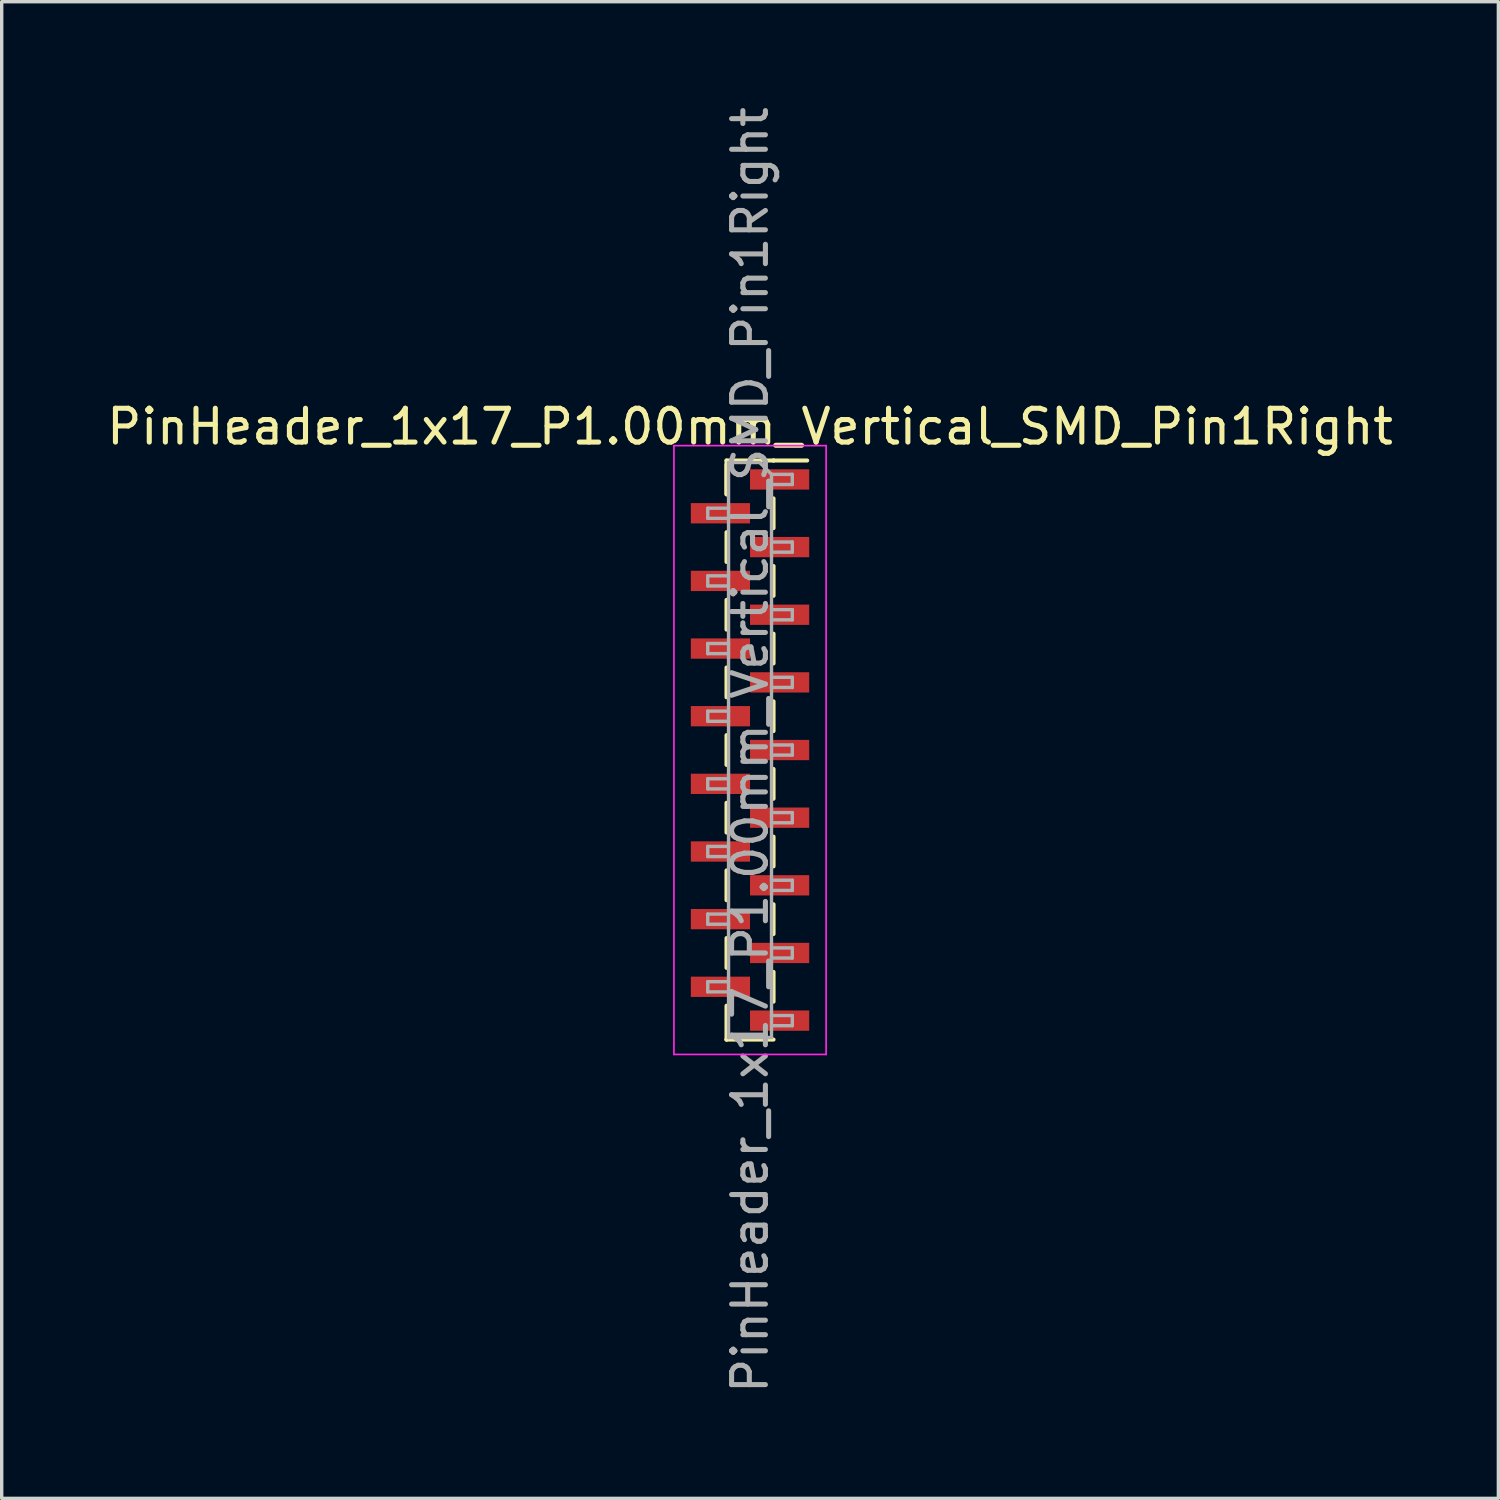
<source format=kicad_pcb>
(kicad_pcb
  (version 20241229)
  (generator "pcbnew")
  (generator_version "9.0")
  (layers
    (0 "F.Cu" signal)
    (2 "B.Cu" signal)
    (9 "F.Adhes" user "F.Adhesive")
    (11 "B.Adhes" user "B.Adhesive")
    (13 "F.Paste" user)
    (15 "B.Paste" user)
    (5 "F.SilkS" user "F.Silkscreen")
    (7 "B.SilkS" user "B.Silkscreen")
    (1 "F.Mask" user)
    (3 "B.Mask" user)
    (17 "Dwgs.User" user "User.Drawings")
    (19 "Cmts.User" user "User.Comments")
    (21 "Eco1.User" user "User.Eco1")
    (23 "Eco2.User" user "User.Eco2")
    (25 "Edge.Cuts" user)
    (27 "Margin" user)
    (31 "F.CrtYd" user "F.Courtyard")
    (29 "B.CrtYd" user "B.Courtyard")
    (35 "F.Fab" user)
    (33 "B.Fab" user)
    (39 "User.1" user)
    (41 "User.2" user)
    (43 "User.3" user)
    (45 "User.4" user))
  (footprint "PinHeader_1x17_P1.00mm_Vertical_SMD_Pin1Right"
    (layer "F.Cu")
    (at 19.125 19.125)
    (property "Reference" "PinHeader_1x17_P1.00mm_Vertical_SMD_Pin1Right" (at 0 -9.56 0) (layer "F.SilkS") (effects (font (size 1 1) (thickness 0.15))))
    (attr smd)
    (fp_line (start -0.695 -8.56) (end -0.695 -7.56) (stroke (width 0.12) (type solid)) (layer "F.SilkS"))
    (fp_line (start -0.695 -8.56) (end 0.695 -8.56) (stroke (width 0.12) (type solid)) (layer "F.SilkS"))
    (fp_line (start -0.695 -8.44) (end -0.695 -7.56) (stroke (width 0.12) (type solid)) (layer "F.SilkS"))
    (fp_line (start -0.695 -6.44) (end -0.695 -5.56) (stroke (width 0.12) (type solid)) (layer "F.SilkS"))
    (fp_line (start -0.695 -4.44) (end -0.695 -3.56) (stroke (width 0.12) (type solid)) (layer "F.SilkS"))
    (fp_line (start -0.695 -2.44) (end -0.695 -1.56) (stroke (width 0.12) (type solid)) (layer "F.SilkS"))
    (fp_line (start -0.695 -0.44) (end -0.695 0.44) (stroke (width 0.12) (type solid)) (layer "F.SilkS"))
    (fp_line (start -0.695 1.56) (end -0.695 2.44) (stroke (width 0.12) (type solid)) (layer "F.SilkS"))
    (fp_line (start -0.695 3.56) (end -0.695 4.44) (stroke (width 0.12) (type solid)) (layer "F.SilkS"))
    (fp_line (start -0.695 5.56) (end -0.695 6.44) (stroke (width 0.12) (type solid)) (layer "F.SilkS"))
    (fp_line (start -0.695 7.56) (end -0.695 8.56) (stroke (width 0.12) (type solid)) (layer "F.SilkS"))
    (fp_line (start -0.695 8.56) (end -0.695 8.56) (stroke (width 0.12) (type solid)) (layer "F.SilkS"))
    (fp_line (start -0.695 8.56) (end 0.695 8.56) (stroke (width 0.12) (type solid)) (layer "F.SilkS"))
    (fp_line (start 0.695 -8.56) (end 0.695 -8.56) (stroke (width 0.12) (type solid)) (layer "F.SilkS"))
    (fp_line (start 0.695 -8.56) (end 1.69 -8.56) (stroke (width 0.12) (type solid)) (layer "F.SilkS"))
    (fp_line (start 0.695 -7.44) (end 0.695 -6.56) (stroke (width 0.12) (type solid)) (layer "F.SilkS"))
    (fp_line (start 0.695 -5.44) (end 0.695 -4.56) (stroke (width 0.12) (type solid)) (layer "F.SilkS"))
    (fp_line (start 0.695 -3.44) (end 0.695 -2.56) (stroke (width 0.12) (type solid)) (layer "F.SilkS"))
    (fp_line (start 0.695 -1.44) (end 0.695 -0.56) (stroke (width 0.12) (type solid)) (layer "F.SilkS"))
    (fp_line (start 0.695 0.56) (end 0.695 1.44) (stroke (width 0.12) (type solid)) (layer "F.SilkS"))
    (fp_line (start 0.695 2.56) (end 0.695 3.44) (stroke (width 0.12) (type solid)) (layer "F.SilkS"))
    (fp_line (start 0.695 4.56) (end 0.695 5.44) (stroke (width 0.12) (type solid)) (layer "F.SilkS"))
    (fp_line (start 0.695 6.56) (end 0.695 7.44) (stroke (width 0.12) (type solid)) (layer "F.SilkS"))
    (fp_line (start -2.25 -9) (end -2.25 9) (stroke (width 0.05) (type solid)) (layer "F.CrtYd"))
    (fp_line (start -2.25 9) (end 2.25 9) (stroke (width 0.05) (type solid)) (layer "F.CrtYd"))
    (fp_line (start 2.25 -9) (end -2.25 -9) (stroke (width 0.05) (type solid)) (layer "F.CrtYd"))
    (fp_line (start 2.25 9) (end 2.25 -9) (stroke (width 0.05) (type solid)) (layer "F.CrtYd"))
    (fp_line (start -1.25 -7.15) (end -1.25 -6.85) (stroke (width 0.1) (type solid)) (layer "F.Fab"))
    (fp_line (start -1.25 -6.85) (end -0.635 -6.85) (stroke (width 0.1) (type solid)) (layer "F.Fab"))
    (fp_line (start -1.25 -5.15) (end -1.25 -4.85) (stroke (width 0.1) (type solid)) (layer "F.Fab"))
    (fp_line (start -1.25 -4.85) (end -0.635 -4.85) (stroke (width 0.1) (type solid)) (layer "F.Fab"))
    (fp_line (start -1.25 -3.15) (end -1.25 -2.85) (stroke (width 0.1) (type solid)) (layer "F.Fab"))
    (fp_line (start -1.25 -2.85) (end -0.635 -2.85) (stroke (width 0.1) (type solid)) (layer "F.Fab"))
    (fp_line (start -1.25 -1.15) (end -1.25 -0.85) (stroke (width 0.1) (type solid)) (layer "F.Fab"))
    (fp_line (start -1.25 -0.85) (end -0.635 -0.85) (stroke (width 0.1) (type solid)) (layer "F.Fab"))
    (fp_line (start -1.25 0.85) (end -1.25 1.15) (stroke (width 0.1) (type solid)) (layer "F.Fab"))
    (fp_line (start -1.25 1.15) (end -0.635 1.15) (stroke (width 0.1) (type solid)) (layer "F.Fab"))
    (fp_line (start -1.25 2.85) (end -1.25 3.15) (stroke (width 0.1) (type solid)) (layer "F.Fab"))
    (fp_line (start -1.25 3.15) (end -0.635 3.15) (stroke (width 0.1) (type solid)) (layer "F.Fab"))
    (fp_line (start -1.25 4.85) (end -1.25 5.15) (stroke (width 0.1) (type solid)) (layer "F.Fab"))
    (fp_line (start -1.25 5.15) (end -0.635 5.15) (stroke (width 0.1) (type solid)) (layer "F.Fab"))
    (fp_line (start -1.25 6.85) (end -1.25 7.15) (stroke (width 0.1) (type solid)) (layer "F.Fab"))
    (fp_line (start -1.25 7.15) (end -0.635 7.15) (stroke (width 0.1) (type solid)) (layer "F.Fab"))
    (fp_line (start -0.635 -8.5) (end -0.635 8.5) (stroke (width 0.1) (type solid)) (layer "F.Fab"))
    (fp_line (start -0.635 -8.5) (end 0.285 -8.5) (stroke (width 0.1) (type solid)) (layer "F.Fab"))
    (fp_line (start -0.635 -7.15) (end -1.25 -7.15) (stroke (width 0.1) (type solid)) (layer "F.Fab"))
    (fp_line (start -0.635 -5.15) (end -1.25 -5.15) (stroke (width 0.1) (type solid)) (layer "F.Fab"))
    (fp_line (start -0.635 -3.15) (end -1.25 -3.15) (stroke (width 0.1) (type solid)) (layer "F.Fab"))
    (fp_line (start -0.635 -1.15) (end -1.25 -1.15) (stroke (width 0.1) (type solid)) (layer "F.Fab"))
    (fp_line (start -0.635 0.85) (end -1.25 0.85) (stroke (width 0.1) (type solid)) (layer "F.Fab"))
    (fp_line (start -0.635 2.85) (end -1.25 2.85) (stroke (width 0.1) (type solid)) (layer "F.Fab"))
    (fp_line (start -0.635 4.85) (end -1.25 4.85) (stroke (width 0.1) (type solid)) (layer "F.Fab"))
    (fp_line (start -0.635 6.85) (end -1.25 6.85) (stroke (width 0.1) (type solid)) (layer "F.Fab"))
    (fp_line (start 0.635 -8.15) (end 0.285 -8.5) (stroke (width 0.1) (type solid)) (layer "F.Fab"))
    (fp_line (start 0.635 -8.15) (end 1.25 -8.15) (stroke (width 0.1) (type solid)) (layer "F.Fab"))
    (fp_line (start 0.635 -6.15) (end 1.25 -6.15) (stroke (width 0.1) (type solid)) (layer "F.Fab"))
    (fp_line (start 0.635 -4.15) (end 1.25 -4.15) (stroke (width 0.1) (type solid)) (layer "F.Fab"))
    (fp_line (start 0.635 -2.15) (end 1.25 -2.15) (stroke (width 0.1) (type solid)) (layer "F.Fab"))
    (fp_line (start 0.635 -0.15) (end 1.25 -0.15) (stroke (width 0.1) (type solid)) (layer "F.Fab"))
    (fp_line (start 0.635 1.85) (end 1.25 1.85) (stroke (width 0.1) (type solid)) (layer "F.Fab"))
    (fp_line (start 0.635 3.85) (end 1.25 3.85) (stroke (width 0.1) (type solid)) (layer "F.Fab"))
    (fp_line (start 0.635 5.85) (end 1.25 5.85) (stroke (width 0.1) (type solid)) (layer "F.Fab"))
    (fp_line (start 0.635 7.85) (end 1.25 7.85) (stroke (width 0.1) (type solid)) (layer "F.Fab"))
    (fp_line (start 0.635 8.5) (end -0.635 8.5) (stroke (width 0.1) (type solid)) (layer "F.Fab"))
    (fp_line (start 0.635 8.5) (end 0.635 -8.15) (stroke (width 0.1) (type solid)) (layer "F.Fab"))
    (fp_line (start 1.25 -8.15) (end 1.25 -7.85) (stroke (width 0.1) (type solid)) (layer "F.Fab"))
    (fp_line (start 1.25 -7.85) (end 0.635 -7.85) (stroke (width 0.1) (type solid)) (layer "F.Fab"))
    (fp_line (start 1.25 -6.15) (end 1.25 -5.85) (stroke (width 0.1) (type solid)) (layer "F.Fab"))
    (fp_line (start 1.25 -5.85) (end 0.635 -5.85) (stroke (width 0.1) (type solid)) (layer "F.Fab"))
    (fp_line (start 1.25 -4.15) (end 1.25 -3.85) (stroke (width 0.1) (type solid)) (layer "F.Fab"))
    (fp_line (start 1.25 -3.85) (end 0.635 -3.85) (stroke (width 0.1) (type solid)) (layer "F.Fab"))
    (fp_line (start 1.25 -2.15) (end 1.25 -1.85) (stroke (width 0.1) (type solid)) (layer "F.Fab"))
    (fp_line (start 1.25 -1.85) (end 0.635 -1.85) (stroke (width 0.1) (type solid)) (layer "F.Fab"))
    (fp_line (start 1.25 -0.15) (end 1.25 0.15) (stroke (width 0.1) (type solid)) (layer "F.Fab"))
    (fp_line (start 1.25 0.15) (end 0.635 0.15) (stroke (width 0.1) (type solid)) (layer "F.Fab"))
    (fp_line (start 1.25 1.85) (end 1.25 2.15) (stroke (width 0.1) (type solid)) (layer "F.Fab"))
    (fp_line (start 1.25 2.15) (end 0.635 2.15) (stroke (width 0.1) (type solid)) (layer "F.Fab"))
    (fp_line (start 1.25 3.85) (end 1.25 4.15) (stroke (width 0.1) (type solid)) (layer "F.Fab"))
    (fp_line (start 1.25 4.15) (end 0.635 4.15) (stroke (width 0.1) (type solid)) (layer "F.Fab"))
    (fp_line (start 1.25 5.85) (end 1.25 6.15) (stroke (width 0.1) (type solid)) (layer "F.Fab"))
    (fp_line (start 1.25 6.15) (end 0.635 6.15) (stroke (width 0.1) (type solid)) (layer "F.Fab"))
    (fp_line (start 1.25 7.85) (end 1.25 8.15) (stroke (width 0.1) (type solid)) (layer "F.Fab"))
    (fp_line (start 1.25 8.15) (end 0.635 8.15) (stroke (width 0.1) (type solid)) (layer "F.Fab"))
    (fp_text user "${REFERENCE}" (at 0 0 90) (layer "F.Fab") (effects (font (size 1 1) (thickness 0.15))))
    (pad "1" smd rect (at 0.875 -8) (size 1.75 0.6) (layers "F.Cu" "F.Mask" "F.Paste"))
    (pad "2" smd rect (at -0.875 -7) (size 1.75 0.6) (layers "F.Cu" "F.Mask" "F.Paste"))
    (pad "3" smd rect (at 0.875 -6) (size 1.75 0.6) (layers "F.Cu" "F.Mask" "F.Paste"))
    (pad "4" smd rect (at -0.875 -5) (size 1.75 0.6) (layers "F.Cu" "F.Mask" "F.Paste"))
    (pad "5" smd rect (at 0.875 -4) (size 1.75 0.6) (layers "F.Cu" "F.Mask" "F.Paste"))
    (pad "6" smd rect (at -0.875 -3) (size 1.75 0.6) (layers "F.Cu" "F.Mask" "F.Paste"))
    (pad "7" smd rect (at 0.875 -2) (size 1.75 0.6) (layers "F.Cu" "F.Mask" "F.Paste"))
    (pad "8" smd rect (at -0.875 -1) (size 1.75 0.6) (layers "F.Cu" "F.Mask" "F.Paste"))
    (pad "9" smd rect (at 0.875 0) (size 1.75 0.6) (layers "F.Cu" "F.Mask" "F.Paste"))
    (pad "10" smd rect (at -0.875 1) (size 1.75 0.6) (layers "F.Cu" "F.Mask" "F.Paste"))
    (pad "11" smd rect (at 0.875 2) (size 1.75 0.6) (layers "F.Cu" "F.Mask" "F.Paste"))
    (pad "12" smd rect (at -0.875 3) (size 1.75 0.6) (layers "F.Cu" "F.Mask" "F.Paste"))
    (pad "13" smd rect (at 0.875 4) (size 1.75 0.6) (layers "F.Cu" "F.Mask" "F.Paste"))
    (pad "14" smd rect (at -0.875 5) (size 1.75 0.6) (layers "F.Cu" "F.Mask" "F.Paste"))
    (pad "15" smd rect (at 0.875 6) (size 1.75 0.6) (layers "F.Cu" "F.Mask" "F.Paste"))
    (pad "16" smd rect (at -0.875 7) (size 1.75 0.6) (layers "F.Cu" "F.Mask" "F.Paste"))
    (pad "17" smd rect (at 0.875 8) (size 1.75 0.6) (layers "F.Cu" "F.Mask" "F.Paste")))
  (gr_rect
    (start -3 -3)
    (end 41.25 41.25)
    (stroke (width 0.1) (type default))
    (fill no)
    (layer "Edge.Cuts")))
</source>
